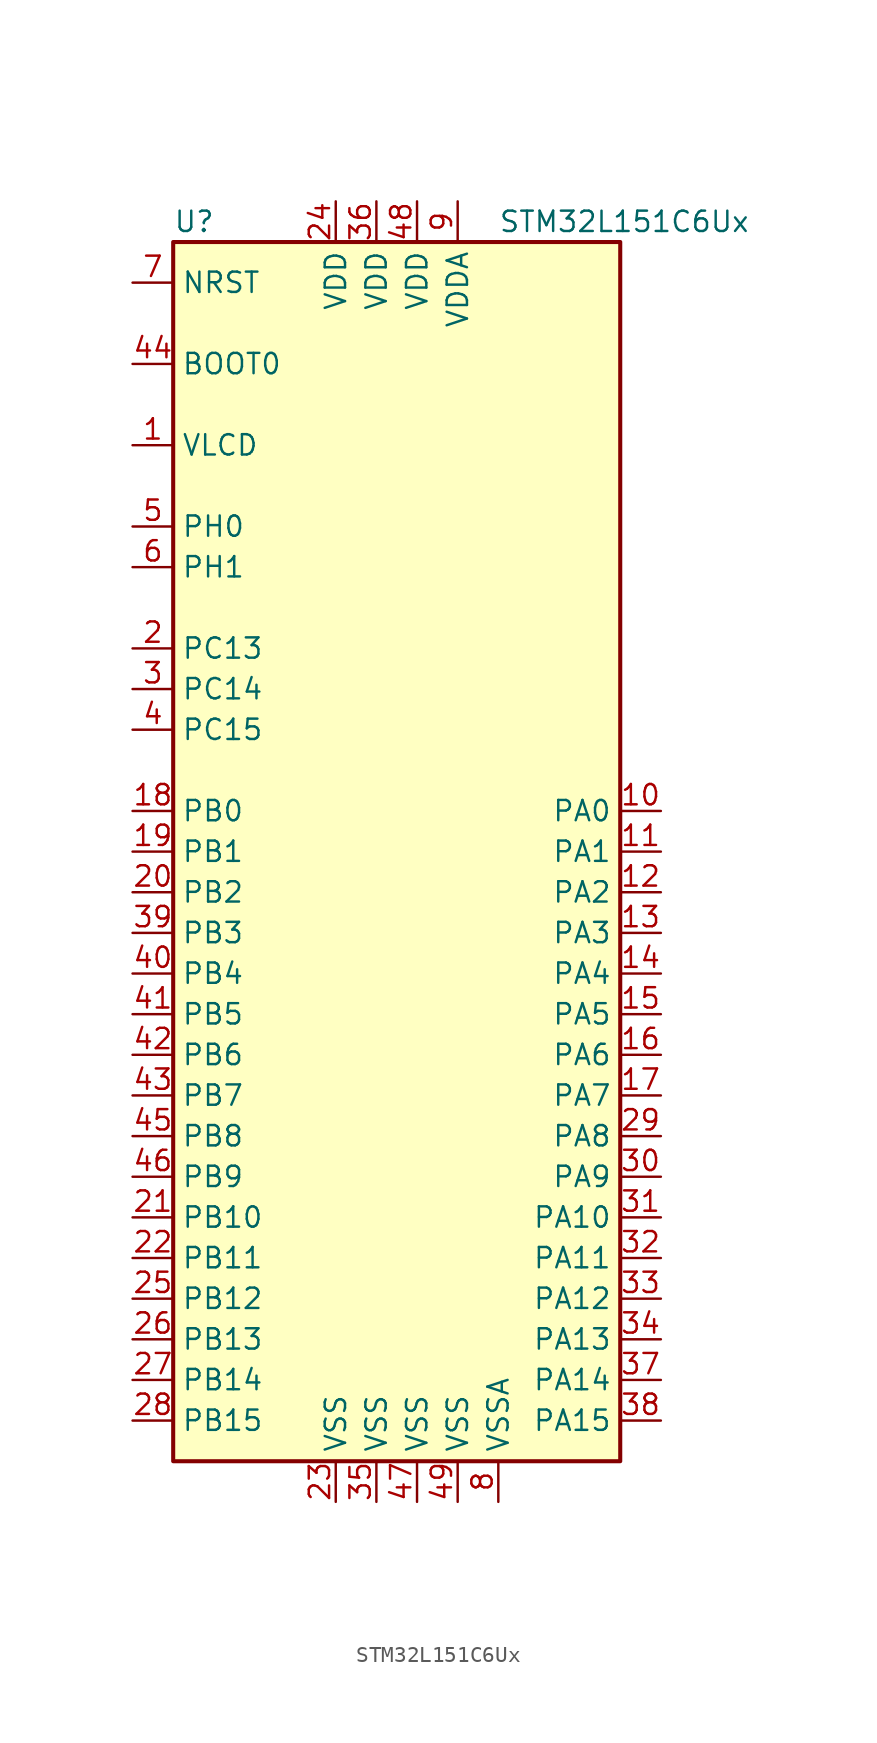
<source format=kicad_sym>
(kicad_symbol_lib
  (version 20201005)
  (generator kicad_symbol_editor)
  (symbol "MCU_ST_STM32L1:STM32L151C6Ux"
    (property "Reference" "U"
      (at -15.24 39.37 0)
      (effects (font (size 1.27 1.27)) (justify left)))
    (property "Value" "STM32L151C6Ux"
      (at 5.08 39.37 0)
      (effects (font (size 1.27 1.27)) (justify left)))
    (symbol "STM32L151C6Ux_0_1"
      (rectangle (start -15.24 -38.1) (end 12.7 38.1) (stroke (width 0.254)) (fill (type background))))
    (symbol "STM32L151C6Ux_1_1"
      (pin input line (at -17.78 30.48 0) (length 2.54) (name "BOOT0" (effects (font (size 1.27 1.27)))) (number "44" (effects (font (size 1.27 1.27)))))
      (pin input line (at -17.78 35.56 0) (length 2.54) (name "NRST" (effects (font (size 1.27 1.27)))) (number "7" (effects (font (size 1.27 1.27)))))
      (pin bidirectional line (at 15.24 2.54 180) (length 2.54) (name "PA0" (effects (font (size 1.27 1.27)))) (number "10" (effects (font (size 1.27 1.27)))))
      (pin bidirectional line (at 15.24 0 180) (length 2.54) (name "PA1" (effects (font (size 1.27 1.27)))) (number "11" (effects (font (size 1.27 1.27)))))
      (pin bidirectional line (at 15.24 -22.86 180) (length 2.54) (name "PA10" (effects (font (size 1.27 1.27)))) (number "31" (effects (font (size 1.27 1.27)))))
      (pin bidirectional line (at 15.24 -25.4 180) (length 2.54) (name "PA11" (effects (font (size 1.27 1.27)))) (number "32" (effects (font (size 1.27 1.27)))))
      (pin bidirectional line (at 15.24 -27.94 180) (length 2.54) (name "PA12" (effects (font (size 1.27 1.27)))) (number "33" (effects (font (size 1.27 1.27)))))
      (pin bidirectional line (at 15.24 -30.48 180) (length 2.54) (name "PA13" (effects (font (size 1.27 1.27)))) (number "34" (effects (font (size 1.27 1.27)))))
      (pin bidirectional line (at 15.24 -33.02 180) (length 2.54) (name "PA14" (effects (font (size 1.27 1.27)))) (number "37" (effects (font (size 1.27 1.27)))))
      (pin bidirectional line (at 15.24 -35.56 180) (length 2.54) (name "PA15" (effects (font (size 1.27 1.27)))) (number "38" (effects (font (size 1.27 1.27)))))
      (pin bidirectional line (at 15.24 -2.54 180) (length 2.54) (name "PA2" (effects (font (size 1.27 1.27)))) (number "12" (effects (font (size 1.27 1.27)))))
      (pin bidirectional line (at 15.24 -5.08 180) (length 2.54) (name "PA3" (effects (font (size 1.27 1.27)))) (number "13" (effects (font (size 1.27 1.27)))))
      (pin bidirectional line (at 15.24 -7.62 180) (length 2.54) (name "PA4" (effects (font (size 1.27 1.27)))) (number "14" (effects (font (size 1.27 1.27)))))
      (pin bidirectional line (at 15.24 -10.16 180) (length 2.54) (name "PA5" (effects (font (size 1.27 1.27)))) (number "15" (effects (font (size 1.27 1.27)))))
      (pin bidirectional line (at 15.24 -12.7 180) (length 2.54) (name "PA6" (effects (font (size 1.27 1.27)))) (number "16" (effects (font (size 1.27 1.27)))))
      (pin bidirectional line (at 15.24 -15.24 180) (length 2.54) (name "PA7" (effects (font (size 1.27 1.27)))) (number "17" (effects (font (size 1.27 1.27)))))
      (pin bidirectional line (at 15.24 -17.78 180) (length 2.54) (name "PA8" (effects (font (size 1.27 1.27)))) (number "29" (effects (font (size 1.27 1.27)))))
      (pin bidirectional line (at 15.24 -20.32 180) (length 2.54) (name "PA9" (effects (font (size 1.27 1.27)))) (number "30" (effects (font (size 1.27 1.27)))))
      (pin bidirectional line (at -17.78 2.54 0) (length 2.54) (name "PB0" (effects (font (size 1.27 1.27)))) (number "18" (effects (font (size 1.27 1.27)))))
      (pin bidirectional line (at -17.78 0 0) (length 2.54) (name "PB1" (effects (font (size 1.27 1.27)))) (number "19" (effects (font (size 1.27 1.27)))))
      (pin bidirectional line (at -17.78 -22.86 0) (length 2.54) (name "PB10" (effects (font (size 1.27 1.27)))) (number "21" (effects (font (size 1.27 1.27)))))
      (pin bidirectional line (at -17.78 -25.4 0) (length 2.54) (name "PB11" (effects (font (size 1.27 1.27)))) (number "22" (effects (font (size 1.27 1.27)))))
      (pin bidirectional line (at -17.78 -27.94 0) (length 2.54) (name "PB12" (effects (font (size 1.27 1.27)))) (number "25" (effects (font (size 1.27 1.27)))))
      (pin bidirectional line (at -17.78 -30.48 0) (length 2.54) (name "PB13" (effects (font (size 1.27 1.27)))) (number "26" (effects (font (size 1.27 1.27)))))
      (pin bidirectional line (at -17.78 -33.02 0) (length 2.54) (name "PB14" (effects (font (size 1.27 1.27)))) (number "27" (effects (font (size 1.27 1.27)))))
      (pin bidirectional line (at -17.78 -35.56 0) (length 2.54) (name "PB15" (effects (font (size 1.27 1.27)))) (number "28" (effects (font (size 1.27 1.27)))))
      (pin bidirectional line (at -17.78 -2.54 0) (length 2.54) (name "PB2" (effects (font (size 1.27 1.27)))) (number "20" (effects (font (size 1.27 1.27)))))
      (pin bidirectional line (at -17.78 -5.08 0) (length 2.54) (name "PB3" (effects (font (size 1.27 1.27)))) (number "39" (effects (font (size 1.27 1.27)))))
      (pin bidirectional line (at -17.78 -7.62 0) (length 2.54) (name "PB4" (effects (font (size 1.27 1.27)))) (number "40" (effects (font (size 1.27 1.27)))))
      (pin bidirectional line (at -17.78 -10.16 0) (length 2.54) (name "PB5" (effects (font (size 1.27 1.27)))) (number "41" (effects (font (size 1.27 1.27)))))
      (pin bidirectional line (at -17.78 -12.7 0) (length 2.54) (name "PB6" (effects (font (size 1.27 1.27)))) (number "42" (effects (font (size 1.27 1.27)))))
      (pin bidirectional line (at -17.78 -15.24 0) (length 2.54) (name "PB7" (effects (font (size 1.27 1.27)))) (number "43" (effects (font (size 1.27 1.27)))))
      (pin bidirectional line (at -17.78 -17.78 0) (length 2.54) (name "PB8" (effects (font (size 1.27 1.27)))) (number "45" (effects (font (size 1.27 1.27)))))
      (pin bidirectional line (at -17.78 -20.32 0) (length 2.54) (name "PB9" (effects (font (size 1.27 1.27)))) (number "46" (effects (font (size 1.27 1.27)))))
      (pin bidirectional line (at -17.78 12.7 0) (length 2.54) (name "PC13" (effects (font (size 1.27 1.27)))) (number "2" (effects (font (size 1.27 1.27)))))
      (pin bidirectional line (at -17.78 10.16 0) (length 2.54) (name "PC14" (effects (font (size 1.27 1.27)))) (number "3" (effects (font (size 1.27 1.27)))))
      (pin bidirectional line (at -17.78 7.62 0) (length 2.54) (name "PC15" (effects (font (size 1.27 1.27)))) (number "4" (effects (font (size 1.27 1.27)))))
      (pin input line (at -17.78 20.32 0) (length 2.54) (name "PH0" (effects (font (size 1.27 1.27)))) (number "5" (effects (font (size 1.27 1.27)))))
      (pin input line (at -17.78 17.78 0) (length 2.54) (name "PH1" (effects (font (size 1.27 1.27)))) (number "6" (effects (font (size 1.27 1.27)))))
      (pin power_in line (at -5.08 40.64 270) (length 2.54) (name "VDD" (effects (font (size 1.27 1.27)))) (number "24" (effects (font (size 1.27 1.27)))))
      (pin power_in line (at -2.54 40.64 270) (length 2.54) (name "VDD" (effects (font (size 1.27 1.27)))) (number "36" (effects (font (size 1.27 1.27)))))
      (pin power_in line (at 0 40.64 270) (length 2.54) (name "VDD" (effects (font (size 1.27 1.27)))) (number "48" (effects (font (size 1.27 1.27)))))
      (pin power_in line (at 2.54 40.64 270) (length 2.54) (name "VDDA" (effects (font (size 1.27 1.27)))) (number "9" (effects (font (size 1.27 1.27)))))
      (pin power_in line (at -17.78 25.4 0) (length 2.54) (name "VLCD" (effects (font (size 1.27 1.27)))) (number "1" (effects (font (size 1.27 1.27)))))
      (pin power_in line (at -5.08 -40.64 90) (length 2.54) (name "VSS" (effects (font (size 1.27 1.27)))) (number "23" (effects (font (size 1.27 1.27)))))
      (pin power_in line (at -2.54 -40.64 90) (length 2.54) (name "VSS" (effects (font (size 1.27 1.27)))) (number "35" (effects (font (size 1.27 1.27)))))
      (pin power_in line (at 0 -40.64 90) (length 2.54) (name "VSS" (effects (font (size 1.27 1.27)))) (number "47" (effects (font (size 1.27 1.27)))))
      (pin power_in line (at 2.54 -40.64 90) (length 2.54) (name "VSS" (effects (font (size 1.27 1.27)))) (number "49" (effects (font (size 1.27 1.27)))))
      (pin power_in line (at 5.08 -40.64 90) (length 2.54) (name "VSSA" (effects (font (size 1.27 1.27)))) (number "8" (effects (font (size 1.27 1.27))))))))
</source>
